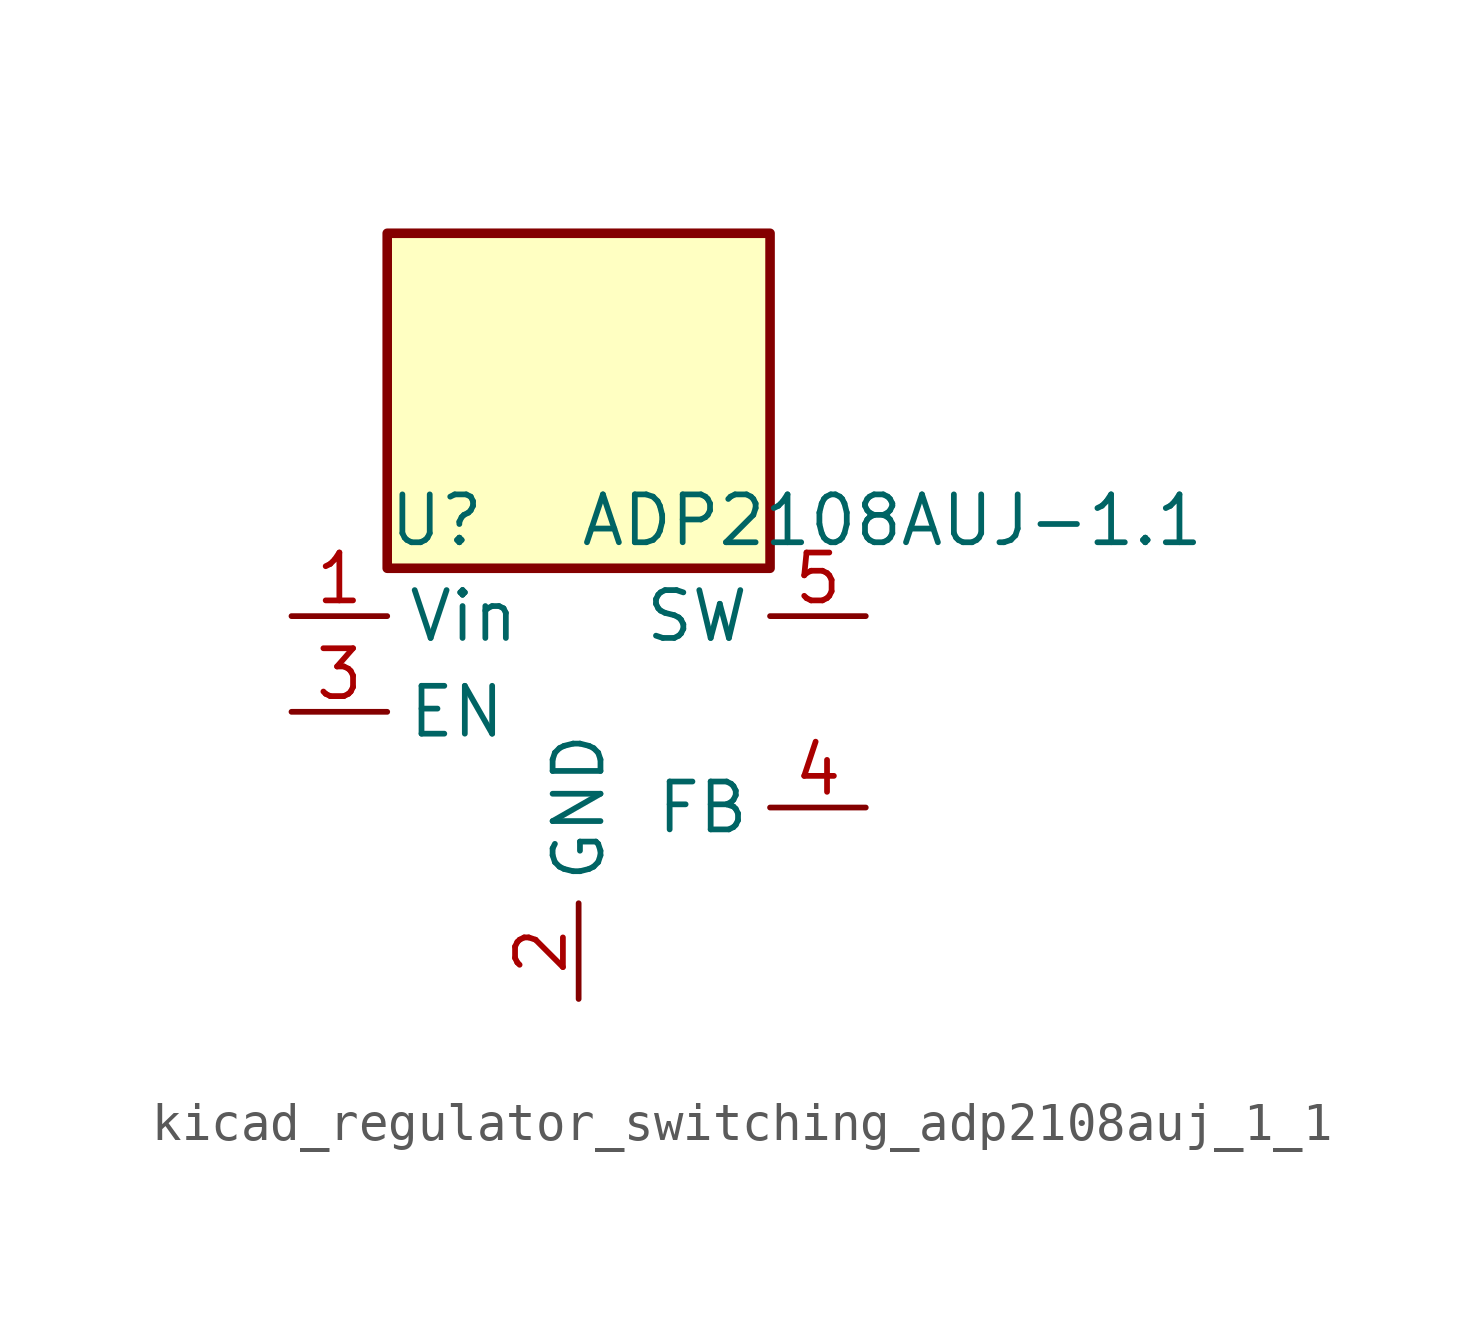
<source format=kicad_sym>
(kicad_symbol_lib
  (version 20220914)
  (generator kicad_symbol_editor)
  (symbol "kicad_regulator_switching_adp2108auj_1_1"
    (property "Reference" "U"
      (at -5.08 5.08 0)
      (effects (font (size 1.27 1.27)) (justify left)))
    (property "Value" "ADP2108AUJ-1.1"
      (at 0 5.08 0)
      (effects (font (size 1.27 1.27)) (justify left)))
    (symbol "kicad_regulator_switching_adp2108auj_1_1_0_1"
      (rectangle (start 5.08 12.7) (end -5.08 3.81) (stroke (width 0.254) (type default)) (fill (type background))))
    (symbol "kicad_regulator_switching_adp2108auj_1_1_1_1"
      (pin power_in line (at -7.62 2.54 0) (length 2.54) (name "Vin" (effects (font (size 1.27 1.27)))) (number "1" (effects (font (size 1.27 1.27)))))
      (pin power_in line (at 0 -7.62 90) (length 2.54) (name "GND" (effects (font (size 1.27 1.27)))) (number "2" (effects (font (size 1.27 1.27)))))
      (pin input line (at -7.62 0 0) (length 2.54) (name "EN" (effects (font (size 1.27 1.27)))) (number "3" (effects (font (size 1.27 1.27)))))
      (pin input line (at 7.62 -2.54 180) (length 2.54) (name "FB" (effects (font (size 1.27 1.27)))) (number "4" (effects (font (size 1.27 1.27)))))
      (pin input line (at 7.62 2.54 180) (length 2.54) (name "SW" (effects (font (size 1.27 1.27)))) (number "5" (effects (font (size 1.27 1.27))))))))
</source>
